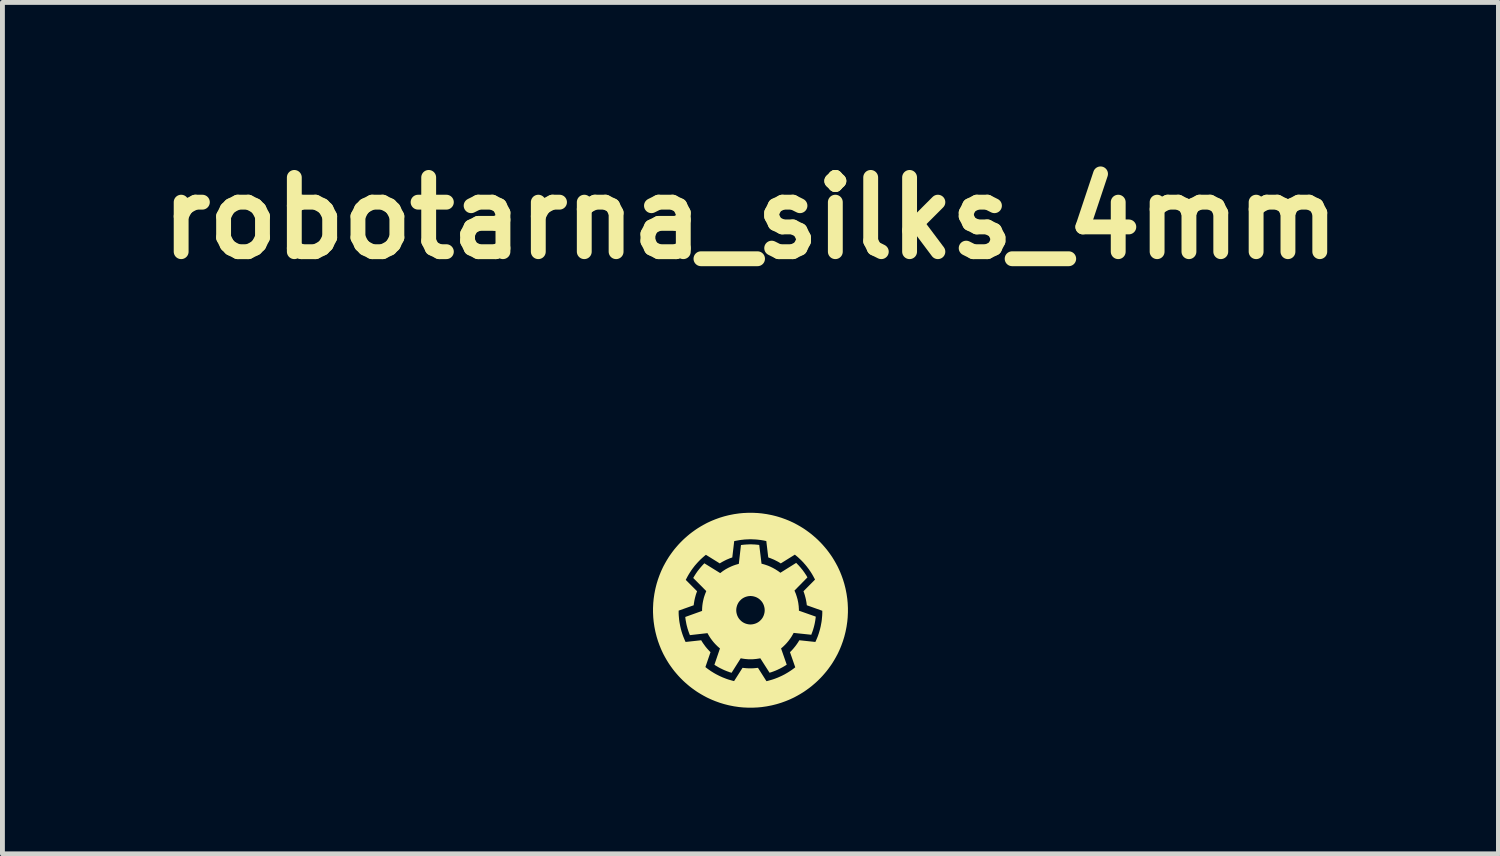
<source format=kicad_pcb>
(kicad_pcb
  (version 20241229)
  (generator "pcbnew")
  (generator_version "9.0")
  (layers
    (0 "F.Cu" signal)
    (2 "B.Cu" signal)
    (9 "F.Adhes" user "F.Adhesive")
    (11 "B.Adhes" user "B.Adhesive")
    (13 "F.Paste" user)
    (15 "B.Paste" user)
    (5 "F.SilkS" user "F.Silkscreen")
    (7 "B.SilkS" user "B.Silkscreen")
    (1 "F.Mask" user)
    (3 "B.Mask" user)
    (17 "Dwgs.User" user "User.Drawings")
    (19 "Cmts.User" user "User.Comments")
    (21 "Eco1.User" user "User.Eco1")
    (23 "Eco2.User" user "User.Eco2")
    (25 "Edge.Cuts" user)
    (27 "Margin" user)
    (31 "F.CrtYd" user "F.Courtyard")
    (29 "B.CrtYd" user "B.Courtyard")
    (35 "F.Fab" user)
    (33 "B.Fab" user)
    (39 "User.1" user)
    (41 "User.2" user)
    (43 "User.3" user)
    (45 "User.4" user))
  (footprint "robotarna_silks_4mm"
    (layer "F.Cu")
    (at 12.352 9.474)
    (property "Reference" "robotarna_silks_4mm" (at 0 -8.048 0) (layer "F.SilkS") (effects (font (size 1.524 1.524) (thickness 0.305))))
    (attr smd)
    (fp_poly (pts (xy -0.000003 0.292) (xy -1.322 0.245) (xy -1.318 0.267) (xy -1.314 0.288) (xy -1.309 0.309) (xy -1.304 0.329) (xy -1.298 0.35) (xy -1.293 0.371) (xy -1.286 0.391) (xy -1.28 0.411) (xy -1.273 0.432) (xy -1.266 0.452) (xy -1.259 0.471) (xy -1.251 0.491) (xy -1.243 0.511) (xy -0.882 0.47) (xy -0.872 0.489) (xy -0.861 0.508) (xy -0.85 0.527) (xy -0.839 0.545) (xy -0.827 0.563) (xy -0.815 0.581) (xy -0.802 0.598) (xy -0.79 0.615) (xy -0.776 0.632) (xy -0.763 0.649) (xy -0.749 0.665) (xy -0.735 0.681) (xy -0.72 0.697) (xy -0.705 0.712) (xy -0.69 0.727) (xy -0.675 0.742) (xy -0.659 0.756) (xy -0.643 0.77) (xy -0.626 0.784) (xy -0.74 1.119) (xy -0.722 1.131) (xy -0.704 1.142) (xy -0.685 1.153) (xy -0.667 1.164) (xy -0.648 1.175) (xy -0.629 1.185) (xy -0.61 1.195) (xy -0.59 1.204) (xy -0.571 1.214) (xy -0.551 1.223) (xy -0.531 1.232) (xy -0.511 1.24) (xy -0.491 1.248) (xy -0.471 1.256) (xy -0.45 1.263) (xy -0.43 1.271) (xy -0.409 1.277) (xy -0.388 1.284) (xy -0.2 0.986) (xy -0.179 0.99) (xy -0.157 0.994) (xy -0.135 0.997) (xy -0.113 1) (xy -0.091 1.002) (xy -0.069 1.004) (xy -0.046 1.006) (xy -0.023 1.006) (xy -0.001 1.007) (xy 0.02 1.006) (xy 0.041 1.006) (xy 0.061 1.005) (xy 0.082 1.003) (xy 0.102 1.001) (xy 0.123 0.999) (xy 0.143 0.996) (xy 0.163 0.993) (xy 0.183 0.99) (xy 0.202 0.986) (xy 0.392 1.283) (xy 0.413 1.276) (xy 0.434 1.27) (xy 0.455 1.262) (xy 0.475 1.255) (xy 0.495 1.247) (xy 0.516 1.239) (xy 0.536 1.23) (xy 0.555 1.222) (xy 0.575 1.212) (xy 0.595 1.203) (xy 0.614 1.193) (xy 0.633 1.183) (xy 0.652 1.173) (xy 0.671 1.162) (xy 0.689 1.152) (xy 0.708 1.14) (xy 0.726 1.129) (xy 0.744 1.117) (xy 0.628 0.784) (xy 0.644 0.77) (xy 0.661 0.756) (xy 0.677 0.741) (xy 0.692 0.726) (xy 0.708 0.711) (xy 0.723 0.695) (xy 0.738 0.679) (xy 0.752 0.663) (xy 0.766 0.646) (xy 0.78 0.63) (xy 0.793 0.612) (xy 0.806 0.595) (xy 0.819 0.577) (xy 0.831 0.559) (xy 0.843 0.541) (xy 0.854 0.522) (xy 0.865 0.503) (xy 0.876 0.484) (xy 0.886 0.465) (xy 1.248 0.503) (xy 1.255 0.483) (xy 1.263 0.463) (xy 1.27 0.444) (xy 1.277 0.424) (xy 1.284 0.404) (xy 1.29 0.383) (xy 1.296 0.363) (xy 1.302 0.342) (xy 1.307 0.322) (xy 1.312 0.301) (xy 1.317 0.28) (xy 1.321 0.259) (xy 1.325 0.238) (xy 1.329 0.217) (xy 1.332 0.195) (xy 1.335 0.174) (xy 1.338 0.152) (xy 1.34 0.131) (xy 0.994 0.009) (xy 0.994 -0.014) (xy 0.993 -0.037) (xy 0.991 -0.06) (xy 0.99 -0.083) (xy 0.987 -0.105) (xy 0.984 -0.128) (xy 0.981 -0.15) (xy 0.977 -0.172) (xy 0.972 -0.194) (xy 0.968 -0.216) (xy 0.962 -0.238) (xy 0.956 -0.259) (xy 0.95 -0.28) (xy 0.943 -0.301) (xy 0.936 -0.322) (xy 0.929 -0.343) (xy 0.92 -0.363) (xy 0.912 -0.383) (xy 0.903 -0.403) (xy 1.169 -0.674) (xy 1.158 -0.693) (xy 1.147 -0.713) (xy 1.135 -0.731) (xy 1.122 -0.75) (xy 1.11 -0.769) (xy 1.097 -0.787) (xy 1.084 -0.805) (xy 1.071 -0.823) (xy 1.057 -0.84) (xy 1.043 -0.857) (xy 1.029 -0.875) (xy 1.014 -0.891) (xy 1 -0.908) (xy 0.985 -0.924) (xy 0.969 -0.94) (xy 0.954 -0.956) (xy 0.938 -0.972) (xy 0.614 -0.769) (xy 0.597 -0.782) (xy 0.58 -0.795) (xy 0.562 -0.807) (xy 0.544 -0.819) (xy 0.526 -0.83) (xy 0.508 -0.842) (xy 0.489 -0.852) (xy 0.47 -0.863) (xy 0.451 -0.873) (xy 0.432 -0.882) (xy 0.412 -0.892) (xy 0.393 -0.9) (xy 0.373 -0.909) (xy 0.352 -0.917) (xy 0.332 -0.924) (xy 0.311 -0.931) (xy 0.29 -0.938) (xy 0.269 -0.944) (xy 0.248 -0.95) (xy 0.227 -0.955) (xy 0.18 -1.34) (xy 0.158 -1.343) (xy 0.136 -1.345) (xy 0.114 -1.347) (xy 0.092 -1.349) (xy 0.07 -1.35) (xy 0.047 -1.351) (xy 0.025 -1.352) (xy 0.002 -1.352) (xy -0.02 -1.352) (xy -0.042 -1.351) (xy -0.064 -1.35) (xy -0.086 -1.349) (xy -0.108 -1.347) (xy -0.13 -1.346) (xy -0.152 -1.343) (xy -0.173 -1.341) (xy -0.195 -1.338) (xy -0.239 -0.952) (xy -0.26 -0.946) (xy -0.281 -0.94) (xy -0.302 -0.934) (xy -0.322 -0.927) (xy -0.343 -0.92) (xy -0.363 -0.912) (xy -0.383 -0.904) (xy -0.403 -0.895) (xy -0.422 -0.886) (xy -0.442 -0.877) (xy -0.461 -0.867) (xy -0.48 -0.857) (xy -0.498 -0.847) (xy -0.517 -0.836) (xy -0.535 -0.824) (xy -0.552 -0.813) (xy -0.57 -0.801) (xy -0.587 -0.788) (xy -0.604 -0.775) (xy -0.621 -0.762) (xy -0.946 -0.963) (xy -0.962 -0.947) (xy -0.977 -0.931) (xy -0.992 -0.915) (xy -1.007 -0.898) (xy -1.022 -0.881) (xy -1.036 -0.864) (xy -1.05 -0.847) (xy -1.064 -0.829) (xy -1.078 -0.812) (xy -1.091 -0.794) (xy -1.104 -0.775) (xy -1.117 -0.757) (xy -1.129 -0.738) (xy -1.141 -0.719) (xy -1.153 -0.7) (xy -1.164 -0.681) (xy -1.175 -0.662) (xy -0.907 -0.393) (xy -0.915 -0.373) (xy -0.923 -0.353) (xy -0.931 -0.333) (xy -0.938 -0.313) (xy -0.945 -0.292) (xy -0.952 -0.272) (xy -0.958 -0.251) (xy -0.963 -0.23) (xy -0.968 -0.209) (xy -0.973 -0.187) (xy -0.977 -0.166) (xy -0.981 -0.144) (xy -0.984 -0.122) (xy -0.987 -0.1) (xy -0.989 -0.078) (xy -0.991 -0.056) (xy -0.992 -0.034) (xy -0.993 -0.011) (xy -0.993 0.012) (xy -0.993 0.014) (xy -1.338 0.138) (xy -1.336 0.159) (xy -1.333 0.181) (xy -1.33 0.203) (xy -1.326 0.224) (xy -1.322 0.245) (xy -0.000003 0.292) (xy -0.021 0.291) (xy -0.041 0.289) (xy -0.061 0.285) (xy -0.081 0.28) (xy -0.1 0.274) (xy -0.118 0.267) (xy -0.136 0.258) (xy -0.153 0.249) (xy -0.169 0.238) (xy -0.185 0.226) (xy -0.199 0.213) (xy -0.213 0.199) (xy -0.226 0.185) (xy -0.238 0.169) (xy -0.249 0.153) (xy -0.258 0.136) (xy -0.267 0.118) (xy -0.274 0.1) (xy -0.28 0.081) (xy -0.285 0.061) (xy -0.289 0.041) (xy -0.291 0.021) (xy -0.292 0.000007) (xy -0.291 -0.021) (xy -0.289 -0.041) (xy -0.285 -0.061) (xy -0.28 -0.081) (xy -0.274 -0.1) (xy -0.267 -0.118) (xy -0.258 -0.136) (xy -0.249 -0.153) (xy -0.238 -0.169) (xy -0.226 -0.185) (xy -0.213 -0.199) (xy -0.199 -0.213) (xy -0.185 -0.226) (xy -0.169 -0.238) (xy -0.153 -0.249) (xy -0.136 -0.258) (xy -0.118 -0.267) (xy -0.1 -0.274) (xy -0.081 -0.28) (xy -0.061 -0.285) (xy -0.041 -0.289) (xy -0.021 -0.291) (xy -0.000003 -0.292) (xy 0.021 -0.291) (xy 0.041 -0.289) (xy 0.061 -0.285) (xy 0.081 -0.28) (xy 0.1 -0.274) (xy 0.118 -0.267) (xy 0.136 -0.258) (xy 0.153 -0.249) (xy 0.169 -0.238) (xy 0.185 -0.226) (xy 0.199 -0.213) (xy 0.213 -0.199) (xy 0.226 -0.185) (xy 0.238 -0.169) (xy 0.249 -0.153) (xy 0.258 -0.136) (xy 0.267 -0.118) (xy 0.274 -0.1) (xy 0.28 -0.081) (xy 0.285 -0.061) (xy 0.289 -0.041) (xy 0.291 -0.021) (xy 0.292 0.000007) (xy 0.291 0.021) (xy 0.289 0.041) (xy 0.285 0.061) (xy 0.28 0.081) (xy 0.274 0.1) (xy 0.267 0.118) (xy 0.258 0.136) (xy 0.249 0.153) (xy 0.238 0.169) (xy 0.226 0.185) (xy 0.213 0.199) (xy 0.199 0.213) (xy 0.185 0.226) (xy 0.169 0.238) (xy 0.153 0.249) (xy 0.136 0.258) (xy 0.118 0.267) (xy 0.1 0.274) (xy 0.081 0.28) (xy 0.061 0.285) (xy 0.041 0.289) (xy 0.021 0.291) (xy -0.000003 0.292)) (stroke (width 0) (type solid)) (fill yes) (layer "F.SilkS"))
    (fp_poly (pts (xy 1.332 0.651) (xy 0.296 1.978) (xy 0.316 1.975) (xy 0.337 1.972) (xy 0.357 1.968) (xy 0.378 1.964) (xy 0.398 1.96) (xy 0.418 1.956) (xy 0.438 1.952) (xy 0.459 1.947) (xy 0.479 1.942) (xy 0.499 1.937) (xy 0.518 1.932) (xy 0.538 1.927) (xy 0.558 1.921) (xy 0.578 1.915) (xy 0.597 1.909) (xy 0.617 1.903) (xy 0.636 1.897) (xy 0.655 1.89) (xy 0.675 1.883) (xy 0.694 1.876) (xy 0.713 1.869) (xy 0.732 1.862) (xy 0.75 1.854) (xy 0.769 1.847) (xy 0.788 1.839) (xy 0.806 1.831) (xy 0.825 1.823) (xy 0.843 1.814) (xy 0.861 1.806) (xy 0.88 1.797) (xy 0.898 1.788) (xy 0.916 1.779) (xy 0.933 1.769) (xy 0.951 1.76) (xy 0.969 1.75) (xy 0.986 1.74) (xy 1.004 1.73) (xy 1.021 1.72) (xy 1.038 1.71) (xy 1.055 1.699) (xy 1.072 1.689) (xy 1.089 1.678) (xy 1.106 1.667) (xy 1.122 1.656) (xy 1.139 1.644) (xy 1.155 1.633) (xy 1.171 1.621) (xy 1.188 1.609) (xy 1.204 1.597) (xy 1.22 1.585) (xy 1.235 1.573) (xy 1.251 1.561) (xy 1.266 1.548) (xy 1.282 1.535) (xy 1.297 1.522) (xy 1.312 1.509) (xy 1.327 1.496) (xy 1.342 1.483) (xy 1.357 1.469) (xy 1.371 1.456) (xy 1.386 1.442) (xy 1.4 1.428) (xy 1.414 1.414) (xy 1.428 1.4) (xy 1.442 1.386) (xy 1.456 1.371) (xy 1.469 1.357) (xy 1.483 1.342) (xy 1.496 1.327) (xy 1.509 1.312) (xy 1.522 1.297) (xy 1.535 1.282) (xy 1.548 1.266) (xy 1.561 1.251) (xy 1.573 1.235) (xy 1.585 1.22) (xy 1.597 1.204) (xy 1.609 1.188) (xy 1.621 1.171) (xy 1.633 1.155) (xy 1.644 1.139) (xy 1.656 1.122) (xy 1.667 1.106) (xy 1.678 1.089) (xy 1.689 1.072) (xy 1.699 1.055) (xy 1.71 1.038) (xy 1.72 1.021) (xy 1.73 1.004) (xy 1.74 0.986) (xy 1.75 0.969) (xy 1.76 0.951) (xy 1.769 0.933) (xy 1.779 0.916) (xy 1.788 0.898) (xy 1.797 0.88) (xy 1.806 0.861) (xy 1.814 0.843) (xy 1.823 0.825) (xy 1.831 0.806) (xy 1.839 0.788) (xy 1.847 0.769) (xy 1.854 0.75) (xy 1.862 0.732) (xy 1.869 0.713) (xy 1.876 0.694) (xy 1.883 0.675) (xy 1.89 0.655) (xy 1.897 0.636) (xy 1.903 0.617) (xy 1.909 0.597) (xy 1.915 0.578) (xy 1.921 0.558) (xy 1.927 0.538) (xy 1.932 0.518) (xy 1.937 0.499) (xy 1.942 0.479) (xy 1.947 0.459) (xy 1.952 0.438) (xy 1.956 0.418) (xy 1.96 0.398) (xy 1.964 0.378) (xy 1.968 0.357) (xy 1.972 0.337) (xy 1.975 0.316) (xy 1.978 0.296) (xy 1.981 0.275) (xy 1.984 0.254) (xy 1.987 0.233) (xy 1.989 0.212) (xy 1.991 0.191) (xy 1.993 0.17) (xy 1.995 0.149) (xy 1.996 0.128) (xy 1.997 0.107) (xy 1.998 0.086) (xy 1.999 0.064) (xy 2 0.043) (xy 2 0.021) (xy 2 0.000006) (xy 2 -0.021) (xy 2 -0.043) (xy 1.999 -0.064) (xy 1.998 -0.086) (xy 1.997 -0.107) (xy 1.996 -0.128) (xy 1.995 -0.149) (xy 1.993 -0.17) (xy 1.991 -0.191) (xy 1.989 -0.212) (xy 1.987 -0.233) (xy 1.984 -0.254) (xy 1.981 -0.275) (xy 1.978 -0.296) (xy 1.975 -0.316) (xy 1.972 -0.337) (xy 1.968 -0.357) (xy 1.964 -0.378) (xy 1.96 -0.398) (xy 1.956 -0.418) (xy 1.952 -0.438) (xy 1.947 -0.459) (xy 1.942 -0.479) (xy 1.937 -0.499) (xy 1.932 -0.518) (xy 1.927 -0.538) (xy 1.921 -0.558) (xy 1.915 -0.578) (xy 1.909 -0.597) (xy 1.903 -0.617) (xy 1.897 -0.636) (xy 1.89 -0.655) (xy 1.883 -0.675) (xy 1.876 -0.694) (xy 1.869 -0.713) (xy 1.862 -0.732) (xy 1.854 -0.75) (xy 1.847 -0.769) (xy 1.839 -0.788) (xy 1.831 -0.806) (xy 1.823 -0.825) (xy 1.814 -0.843) (xy 1.806 -0.861) (xy 1.797 -0.88) (xy 1.788 -0.898) (xy 1.779 -0.916) (xy 1.769 -0.933) (xy 1.76 -0.951) (xy 1.75 -0.969) (xy 1.74 -0.986) (xy 1.73 -1.004) (xy 1.72 -1.021) (xy 1.71 -1.038) (xy 1.699 -1.055) (xy 1.689 -1.072) (xy 1.678 -1.089) (xy 1.667 -1.106) (xy 1.656 -1.122) (xy 1.644 -1.139) (xy 1.633 -1.155) (xy 1.621 -1.171) (xy 1.609 -1.188) (xy 1.597 -1.204) (xy 1.585 -1.22) (xy 1.573 -1.235) (xy 1.561 -1.251) (xy 1.548 -1.266) (xy 1.535 -1.282) (xy 1.522 -1.297) (xy 1.509 -1.312) (xy 1.496 -1.327) (xy 1.483 -1.342) (xy 1.469 -1.357) (xy 1.456 -1.371) (xy 1.442 -1.386) (xy 1.428 -1.4) (xy 1.414 -1.414) (xy 1.4 -1.428) (xy 1.386 -1.442) (xy 1.371 -1.456) (xy 1.357 -1.469) (xy 1.342 -1.483) (xy 1.327 -1.496) (xy 1.312 -1.509) (xy 1.297 -1.522) (xy 1.282 -1.535) (xy 1.266 -1.548) (xy 1.251 -1.561) (xy 1.235 -1.573) (xy 1.22 -1.585) (xy 1.204 -1.597) (xy 1.188 -1.609) (xy 1.171 -1.621) (xy 1.155 -1.633) (xy 1.139 -1.644) (xy 1.122 -1.656) (xy 1.106 -1.667) (xy 1.089 -1.678) (xy 1.072 -1.689) (xy 1.055 -1.699) (xy 1.038 -1.71) (xy 1.021 -1.72) (xy 1.004 -1.73) (xy 0.986 -1.74) (xy 0.969 -1.75) (xy 0.951 -1.76) (xy 0.933 -1.769) (xy 0.916 -1.779) (xy 0.898 -1.788) (xy 0.88 -1.797) (xy 0.861 -1.806) (xy 0.843 -1.814) (xy 0.825 -1.823) (xy 0.806 -1.831) (xy 0.788 -1.839) (xy 0.769 -1.847) (xy 0.75 -1.854) (xy 0.732 -1.862) (xy 0.713 -1.869) (xy 0.694 -1.876) (xy 0.675 -1.883) (xy 0.655 -1.89) (xy 0.636 -1.897) (xy 0.617 -1.903) (xy 0.597 -1.909) (xy 0.578 -1.915) (xy 0.558 -1.921) (xy 0.538 -1.927) (xy 0.518 -1.932) (xy 0.499 -1.937) (xy 0.479 -1.942) (xy 0.459 -1.947) (xy 0.438 -1.952) (xy 0.418 -1.956) (xy 0.398 -1.96) (xy 0.378 -1.964) (xy 0.357 -1.968) (xy 0.337 -1.972) (xy 0.316 -1.975) (xy 0.296 -1.978) (xy 0.275 -1.981) (xy 0.254 -1.984) (xy 0.233 -1.987) (xy 0.212 -1.989) (xy 0.191 -1.991) (xy 0.17 -1.993) (xy 0.149 -1.995) (xy 0.128 -1.996) (xy 0.107 -1.997) (xy 0.086 -1.998) (xy 0.064 -1.999) (xy 0.043 -2) (xy 0.021 -2) (xy -0.000006 -2) (xy -0.021 -2) (xy -0.043 -2) (xy -0.064 -1.999) (xy -0.086 -1.998) (xy -0.107 -1.997) (xy -0.128 -1.996) (xy -0.149 -1.995) (xy -0.17 -1.993) (xy -0.191 -1.991) (xy -0.212 -1.989) (xy -0.233 -1.987) (xy -0.254 -1.984) (xy -0.275 -1.981) (xy -0.296 -1.978) (xy -0.316 -1.975) (xy -0.337 -1.972) (xy -0.357 -1.968) (xy -0.378 -1.964) (xy -0.398 -1.96) (xy -0.418 -1.956) (xy -0.438 -1.952) (xy -0.459 -1.947) (xy -0.479 -1.942) (xy -0.499 -1.937) (xy -0.518 -1.932) (xy -0.538 -1.927) (xy -0.558 -1.921) (xy -0.578 -1.915) (xy -0.597 -1.909) (xy -0.617 -1.903) (xy -0.636 -1.897) (xy -0.655 -1.89) (xy -0.675 -1.883) (xy -0.694 -1.876) (xy -0.713 -1.869) (xy -0.732 -1.862) (xy -0.75 -1.854) (xy -0.769 -1.847) (xy -0.788 -1.839) (xy -0.806 -1.831) (xy -0.825 -1.823) (xy -0.843 -1.814) (xy -0.861 -1.806) (xy -0.88 -1.797) (xy -0.898 -1.788) (xy -0.916 -1.779) (xy -0.933 -1.769) (xy -0.951 -1.76) (xy -0.969 -1.75) (xy -0.986 -1.74) (xy -1.004 -1.73) (xy -1.021 -1.72) (xy -1.038 -1.71) (xy -1.055 -1.699) (xy -1.072 -1.689) (xy -1.089 -1.678) (xy -1.106 -1.667) (xy -1.122 -1.656) (xy -1.139 -1.644) (xy -1.155 -1.633) (xy -1.171 -1.621) (xy -1.188 -1.609) (xy -1.204 -1.597) (xy -1.22 -1.585) (xy -1.235 -1.573) (xy -1.251 -1.561) (xy -1.266 -1.548) (xy -1.282 -1.535) (xy -1.297 -1.522) (xy -1.312 -1.509) (xy -1.327 -1.496) (xy -1.342 -1.483) (xy -1.357 -1.469) (xy -1.371 -1.456) (xy -1.386 -1.442) (xy -1.4 -1.428) (xy -1.414 -1.414) (xy -1.428 -1.4) (xy -1.442 -1.386) (xy -1.456 -1.371) (xy -1.469 -1.357) (xy -1.483 -1.342) (xy -1.496 -1.327) (xy -1.509 -1.312) (xy -1.522 -1.297) (xy -1.535 -1.282) (xy -1.548 -1.266) (xy -1.561 -1.251) (xy -1.573 -1.235) (xy -1.585 -1.22) (xy -1.597 -1.204) (xy -1.609 -1.188) (xy -1.621 -1.171) (xy -1.633 -1.155) (xy -1.644 -1.139) (xy -1.656 -1.122) (xy -1.667 -1.106) (xy -1.678 -1.089) (xy -1.689 -1.072) (xy -1.699 -1.055) (xy -1.71 -1.038) (xy -1.72 -1.021) (xy -1.73 -1.004) (xy -1.74 -0.986) (xy -1.75 -0.969) (xy -1.76 -0.951) (xy -1.769 -0.933) (xy -1.779 -0.916) (xy -1.788 -0.898) (xy -1.797 -0.88) (xy -1.806 -0.861) (xy -1.814 -0.843) (xy -1.823 -0.825) (xy -1.831 -0.806) (xy -1.839 -0.788) (xy -1.847 -0.769) (xy -1.854 -0.75) (xy -1.862 -0.732) (xy -1.869 -0.713) (xy -1.876 -0.694) (xy -1.883 -0.675) (xy -1.89 -0.655) (xy -1.897 -0.636) (xy -1.903 -0.617) (xy -1.909 -0.597) (xy -1.915 -0.578) (xy -1.921 -0.558) (xy -1.927 -0.538) (xy -1.932 -0.518) (xy -1.937 -0.499) (xy -1.942 -0.479) (xy -1.947 -0.459) (xy -1.952 -0.438) (xy -1.956 -0.418) (xy -1.96 -0.398) (xy -1.964 -0.378) (xy -1.968 -0.357) (xy -1.972 -0.337) (xy -1.975 -0.316) (xy -1.978 -0.296) (xy -1.981 -0.275) (xy -1.984 -0.254) (xy -1.987 -0.233) (xy -1.989 -0.212) (xy -1.991 -0.191) (xy -1.993 -0.17) (xy -1.995 -0.149) (xy -1.996 -0.128) (xy -1.997 -0.107) (xy -1.998 -0.086) (xy -1.999 -0.064) (xy -2 -0.043) (xy -2 -0.021) (xy -2 0.000006) (xy -2 0.021) (xy -2 0.043) (xy -1.999 0.064) (xy -1.998 0.086) (xy -1.997 0.107) (xy -1.996 0.128) (xy -1.995 0.149) (xy -1.993 0.17) (xy -1.991 0.191) (xy -1.989 0.212) (xy -1.987 0.233) (xy -1.984 0.254) (xy -1.981 0.275) (xy -1.978 0.296) (xy -1.975 0.316) (xy -1.972 0.337) (xy -1.968 0.357) (xy -1.964 0.378) (xy -1.96 0.398) (xy -1.956 0.418) (xy -1.952 0.438) (xy -1.947 0.459) (xy -1.942 0.479) (xy -1.937 0.499) (xy -1.932 0.518) (xy -1.927 0.538) (xy -1.921 0.558) (xy -1.915 0.578) (xy -1.909 0.597) (xy -1.903 0.617) (xy -1.897 0.636) (xy -1.89 0.655) (xy -1.883 0.675) (xy -1.876 0.694) (xy -1.869 0.713) (xy -1.862 0.732) (xy -1.854 0.75) (xy -1.847 0.769) (xy -1.839 0.788) (xy -1.831 0.806) (xy -1.823 0.825) (xy -1.814 0.843) (xy -1.806 0.861) (xy -1.797 0.88) (xy -1.788 0.898) (xy -1.779 0.916) (xy -1.769 0.933) (xy -1.76 0.951) (xy -1.75 0.969) (xy -1.74 0.986) (xy -1.73 1.004) (xy -1.72 1.021) (xy -1.71 1.038) (xy -1.699 1.055) (xy -1.689 1.072) (xy -1.678 1.089) (xy -1.667 1.106) (xy -1.656 1.122) (xy -1.644 1.139) (xy -1.633 1.155) (xy -1.621 1.171) (xy -1.609 1.188) (xy -1.597 1.204) (xy -1.585 1.22) (xy -1.573 1.235) (xy -1.561 1.251) (xy -1.548 1.266) (xy -1.535 1.282) (xy -1.522 1.297) (xy -1.509 1.312) (xy -1.496 1.327) (xy -1.483 1.342) (xy -1.469 1.357) (xy -1.456 1.371) (xy -1.442 1.386) (xy -1.428 1.4) (xy -1.414 1.414) (xy -1.4 1.428) (xy -1.386 1.442) (xy -1.371 1.456) (xy -1.357 1.469) (xy -1.342 1.483) (xy -1.327 1.496) (xy -1.312 1.509) (xy -1.297 1.522) (xy -1.282 1.535) (xy -1.266 1.548) (xy -1.251 1.561) (xy -1.235 1.573) (xy -1.22 1.585) (xy -1.204 1.597) (xy -1.188 1.609) (xy -1.171 1.621) (xy -1.155 1.633) (xy -1.139 1.644) (xy -1.122 1.656) (xy -1.106 1.667) (xy -1.089 1.678) (xy -1.072 1.689) (xy -1.055 1.699) (xy -1.038 1.71) (xy -1.021 1.72) (xy -1.004 1.73) (xy -0.986 1.74) (xy -0.969 1.75) (xy -0.951 1.76) (xy -0.933 1.769) (xy -0.916 1.779) (xy -0.898 1.788) (xy -0.88 1.797) (xy -0.861 1.806) (xy -0.843 1.814) (xy -0.825 1.823) (xy -0.806 1.831) (xy -0.788 1.839) (xy -0.769 1.847) (xy -0.75 1.854) (xy -0.732 1.862) (xy -0.713 1.869) (xy -0.694 1.876) (xy -0.675 1.883) (xy -0.655 1.89) (xy -0.636 1.897) (xy -0.617 1.903) (xy -0.597 1.909) (xy -0.578 1.915) (xy -0.558 1.921) (xy -0.538 1.927) (xy -0.518 1.932) (xy -0.499 1.937) (xy -0.479 1.942) (xy -0.459 1.947) (xy -0.438 1.952) (xy -0.418 1.956) (xy -0.398 1.96) (xy -0.378 1.964) (xy -0.357 1.968) (xy -0.337 1.972) (xy -0.316 1.975) (xy -0.296 1.978) (xy -0.275 1.981) (xy -0.254 1.984) (xy -0.233 1.987) (xy -0.212 1.989) (xy -0.191 1.991) (xy -0.17 1.993) (xy -0.149 1.995) (xy -0.128 1.996) (xy -0.107 1.997) (xy -0.086 1.998) (xy -0.064 1.999) (xy -0.043 2) (xy -0.021 2) (xy -0.000006 2) (xy 0.021 2) (xy 0.043 2) (xy 0.064 1.999) (xy 0.086 1.998) (xy 0.107 1.997) (xy 0.128 1.996) (xy 0.149 1.995) (xy 0.17 1.993) (xy 0.191 1.991) (xy 0.212 1.989) (xy 0.233 1.987) (xy 0.254 1.984) (xy 0.275 1.981) (xy 0.296 1.978) (xy 1.332 0.651) (xy 1.003 0.616) (xy 0.991 0.635) (xy 0.98 0.654) (xy 0.967 0.673) (xy 0.955 0.691) (xy 0.942 0.709) (xy 0.929 0.727) (xy 0.915 0.745) (xy 0.901 0.762) (xy 0.887 0.779) (xy 0.873 0.796) (xy 0.858 0.812) (xy 0.843 0.829) (xy 0.827 0.845) (xy 0.811 0.86) (xy 0.919 1.171) (xy 0.902 1.185) (xy 0.884 1.198) (xy 0.867 1.211) (xy 0.849 1.224) (xy 0.831 1.236) (xy 0.813 1.248) (xy 0.795 1.26) (xy 0.776 1.272) (xy 0.758 1.283) (xy 0.739 1.294) (xy 0.72 1.305) (xy 0.701 1.316) (xy 0.681 1.326) (xy 0.662 1.336) (xy 0.642 1.346) (xy 0.622 1.355) (xy 0.602 1.364) (xy 0.582 1.373) (xy 0.562 1.382) (xy 0.541 1.39) (xy 0.52 1.398) (xy 0.5 1.406) (xy 0.479 1.413) (xy 0.458 1.42) (xy 0.436 1.427) (xy 0.415 1.433) (xy 0.393 1.439) (xy 0.372 1.445) (xy 0.35 1.451) (xy 0.328 1.456) (xy 0.154 1.182) (xy 0.135 1.184) (xy 0.115 1.186) (xy 0.095 1.188) (xy 0.076 1.19) (xy 0.056 1.191) (xy 0.036 1.192) (xy 0.016 1.192) (xy -0.004 1.192) (xy -0.024 1.192) (xy -0.044 1.192) (xy -0.064 1.191) (xy -0.084 1.19) (xy -0.104 1.188) (xy -0.124 1.186) (xy -0.143 1.184) (xy -0.163 1.182) (xy -0.336 1.454) (xy -0.358 1.449) (xy -0.379 1.443) (xy -0.401 1.437) (xy -0.422 1.431) (xy -0.444 1.425) (xy -0.465 1.418) (xy -0.486 1.411) (xy -0.507 1.403) (xy -0.528 1.395) (xy -0.548 1.387) (xy -0.569 1.379) (xy -0.589 1.37) (xy -0.609 1.361) (xy -0.629 1.352) (xy -0.649 1.342) (xy -0.669 1.332) (xy -0.688 1.322) (xy -0.708 1.312) (xy -0.727 1.301) (xy -0.746 1.29) (xy -0.765 1.279) (xy -0.783 1.267) (xy -0.802 1.256) (xy -0.82 1.244) (xy -0.838 1.231) (xy -0.856 1.219) (xy -0.874 1.206) (xy -0.891 1.193) (xy -0.908 1.18) (xy -0.925 1.166) (xy -0.82 0.86) (xy -0.836 0.845) (xy -0.851 0.829) (xy -0.866 0.812) (xy -0.881 0.796) (xy -0.896 0.779) (xy -0.91 0.762) (xy -0.924 0.745) (xy -0.937 0.727) (xy -0.95 0.709) (xy -0.963 0.691) (xy -0.976 0.673) (xy -0.988 0.654) (xy -1 0.635) (xy -1.011 0.616) (xy -1.332 0.651) (xy -1.341 0.631) (xy -1.35 0.612) (xy -1.358 0.592) (xy -1.366 0.573) (xy -1.374 0.553) (xy -1.382 0.533) (xy -1.389 0.513) (xy -1.396 0.493) (xy -1.403 0.472) (xy -1.409 0.452) (xy -1.416 0.431) (xy -1.421 0.41) (xy -1.427 0.39) (xy -1.432 0.369) (xy -1.437 0.347) (xy -1.442 0.326) (xy -1.446 0.305) (xy -1.45 0.283) (xy -1.454 0.262) (xy -1.458 0.24) (xy -1.461 0.218) (xy -1.464 0.197) (xy -1.466 0.175) (xy -1.468 0.153) (xy -1.47 0.13) (xy -1.472 0.108) (xy -1.473 0.086) (xy -1.474 0.063) (xy -1.474 0.041) (xy -1.474 0.018) (xy -1.474 0.008) (xy -1.165 -0.102) (xy -1.163 -0.123) (xy -1.16 -0.145) (xy -1.156 -0.166) (xy -1.153 -0.187) (xy -1.149 -0.208) (xy -1.144 -0.229) (xy -1.14 -0.249) (xy -1.134 -0.27) (xy -1.129 -0.29) (xy -1.123 -0.311) (xy -1.117 -0.331) (xy -1.11 -0.351) (xy -1.103 -0.37) (xy -1.096 -0.39) (xy -1.328 -0.623) (xy -1.318 -0.643) (xy -1.307 -0.663) (xy -1.297 -0.683) (xy -1.286 -0.703) (xy -1.275 -0.722) (xy -1.264 -0.741) (xy -1.252 -0.76) (xy -1.24 -0.779) (xy -1.228 -0.797) (xy -1.216 -0.816) (xy -1.203 -0.834) (xy -1.19 -0.852) (xy -1.177 -0.87) (xy -1.163 -0.887) (xy -1.15 -0.905) (xy -1.136 -0.922) (xy -1.121 -0.939) (xy -1.107 -0.955) (xy -1.092 -0.972) (xy -1.077 -0.988) (xy -1.062 -1.004) (xy -1.046 -1.02) (xy -1.031 -1.036) (xy -1.015 -1.051) (xy -0.999 -1.066) (xy -0.982 -1.081) (xy -0.966 -1.095) (xy -0.949 -1.11) (xy -0.932 -1.124) (xy -0.915 -1.138) (xy -0.63 -0.961) (xy -0.612 -0.973) (xy -0.593 -0.984) (xy -0.574 -0.995) (xy -0.555 -1.005) (xy -0.536 -1.015) (xy -0.516 -1.025) (xy -0.496 -1.035) (xy -0.476 -1.044) (xy -0.456 -1.052) (xy -0.436 -1.061) (xy -0.415 -1.069) (xy -0.394 -1.076) (xy -0.373 -1.084) (xy -0.334 -1.418) (xy -0.313 -1.423) (xy -0.291 -1.427) (xy -0.269 -1.431) (xy -0.247 -1.435) (xy -0.225 -1.439) (xy -0.203 -1.442) (xy -0.181 -1.445) (xy -0.159 -1.447) (xy -0.136 -1.45) (xy -0.114 -1.452) (xy -0.091 -1.453) (xy -0.069 -1.454) (xy -0.046 -1.455) (xy -0.023 -1.456) (xy -0.000006 -1.456) (xy 0.022 -1.456) (xy 0.045 -1.455) (xy 0.067 -1.454) (xy 0.089 -1.453) (xy 0.111 -1.452) (xy 0.133 -1.45) (xy 0.155 -1.448) (xy 0.176 -1.445) (xy 0.198 -1.443) (xy 0.219 -1.44) (xy 0.241 -1.436) (xy 0.262 -1.433) (xy 0.283 -1.429) (xy 0.304 -1.424) (xy 0.325 -1.42) (xy 0.365 -1.084) (xy 0.386 -1.076) (xy 0.407 -1.069) (xy 0.427 -1.061) (xy 0.448 -1.052) (xy 0.468 -1.044) (xy 0.488 -1.035) (xy 0.508 -1.025) (xy 0.527 -1.015) (xy 0.547 -1.005) (xy 0.566 -0.995) (xy 0.585 -0.984) (xy 0.603 -0.973) (xy 0.622 -0.961) (xy 0.911 -1.141) (xy 0.928 -1.127) (xy 0.945 -1.113) (xy 0.962 -1.099) (xy 0.979 -1.084) (xy 0.995 -1.069) (xy 1.011 -1.054) (xy 1.027 -1.039) (xy 1.043 -1.024) (xy 1.058 -1.008) (xy 1.074 -0.992) (xy 1.089 -0.976) (xy 1.103 -0.959) (xy 1.118 -0.943) (xy 1.132 -0.926) (xy 1.146 -0.909) (xy 1.16 -0.892) (xy 1.173 -0.874) (xy 1.187 -0.856) (xy 1.2 -0.839) (xy 1.212 -0.82) (xy 1.225 -0.802) (xy 1.237 -0.784) (xy 1.249 -0.765) (xy 1.261 -0.746) (xy 1.272 -0.727) (xy 1.283 -0.708) (xy 1.294 -0.688) (xy 1.304 -0.669) (xy 1.315 -0.649) (xy 1.325 -0.629) (xy 1.088 -0.39) (xy 1.095 -0.37) (xy 1.102 -0.351) (xy 1.108 -0.331) (xy 1.115 -0.311) (xy 1.12 -0.29) (xy 1.126 -0.27) (xy 1.131 -0.249) (xy 1.136 -0.229) (xy 1.14 -0.208) (xy 1.144 -0.187) (xy 1.148 -0.166) (xy 1.151 -0.145) (xy 1.154 -0.123) (xy 1.157 -0.102) (xy 1.474 0.011) (xy 1.474 0.018) (xy 1.474 0.041) (xy 1.474 0.064) (xy 1.473 0.086) (xy 1.472 0.108) (xy 1.47 0.131) (xy 1.468 0.153) (xy 1.466 0.175) (xy 1.464 0.197) (xy 1.461 0.219) (xy 1.458 0.241) (xy 1.454 0.262) (xy 1.45 0.284) (xy 1.446 0.305) (xy 1.442 0.327) (xy 1.437 0.348) (xy 1.432 0.369) (xy 1.427 0.39) (xy 1.421 0.411) (xy 1.415 0.432) (xy 1.409 0.452) (xy 1.403 0.473) (xy 1.396 0.493) (xy 1.389 0.514) (xy 1.382 0.534) (xy 1.374 0.554) (xy 1.366 0.573) (xy 1.358 0.593) (xy 1.349 0.613) (xy 1.341 0.632) (xy 1.332 0.651)) (stroke (width 0) (type solid)) (fill yes) (layer "F.SilkS")))
  (gr_rect
    (start -3 -3)
    (end 27.703 14.474)
    (stroke (width 0.1) (type default))
    (fill no)
    (layer "Edge.Cuts")))
</source>
